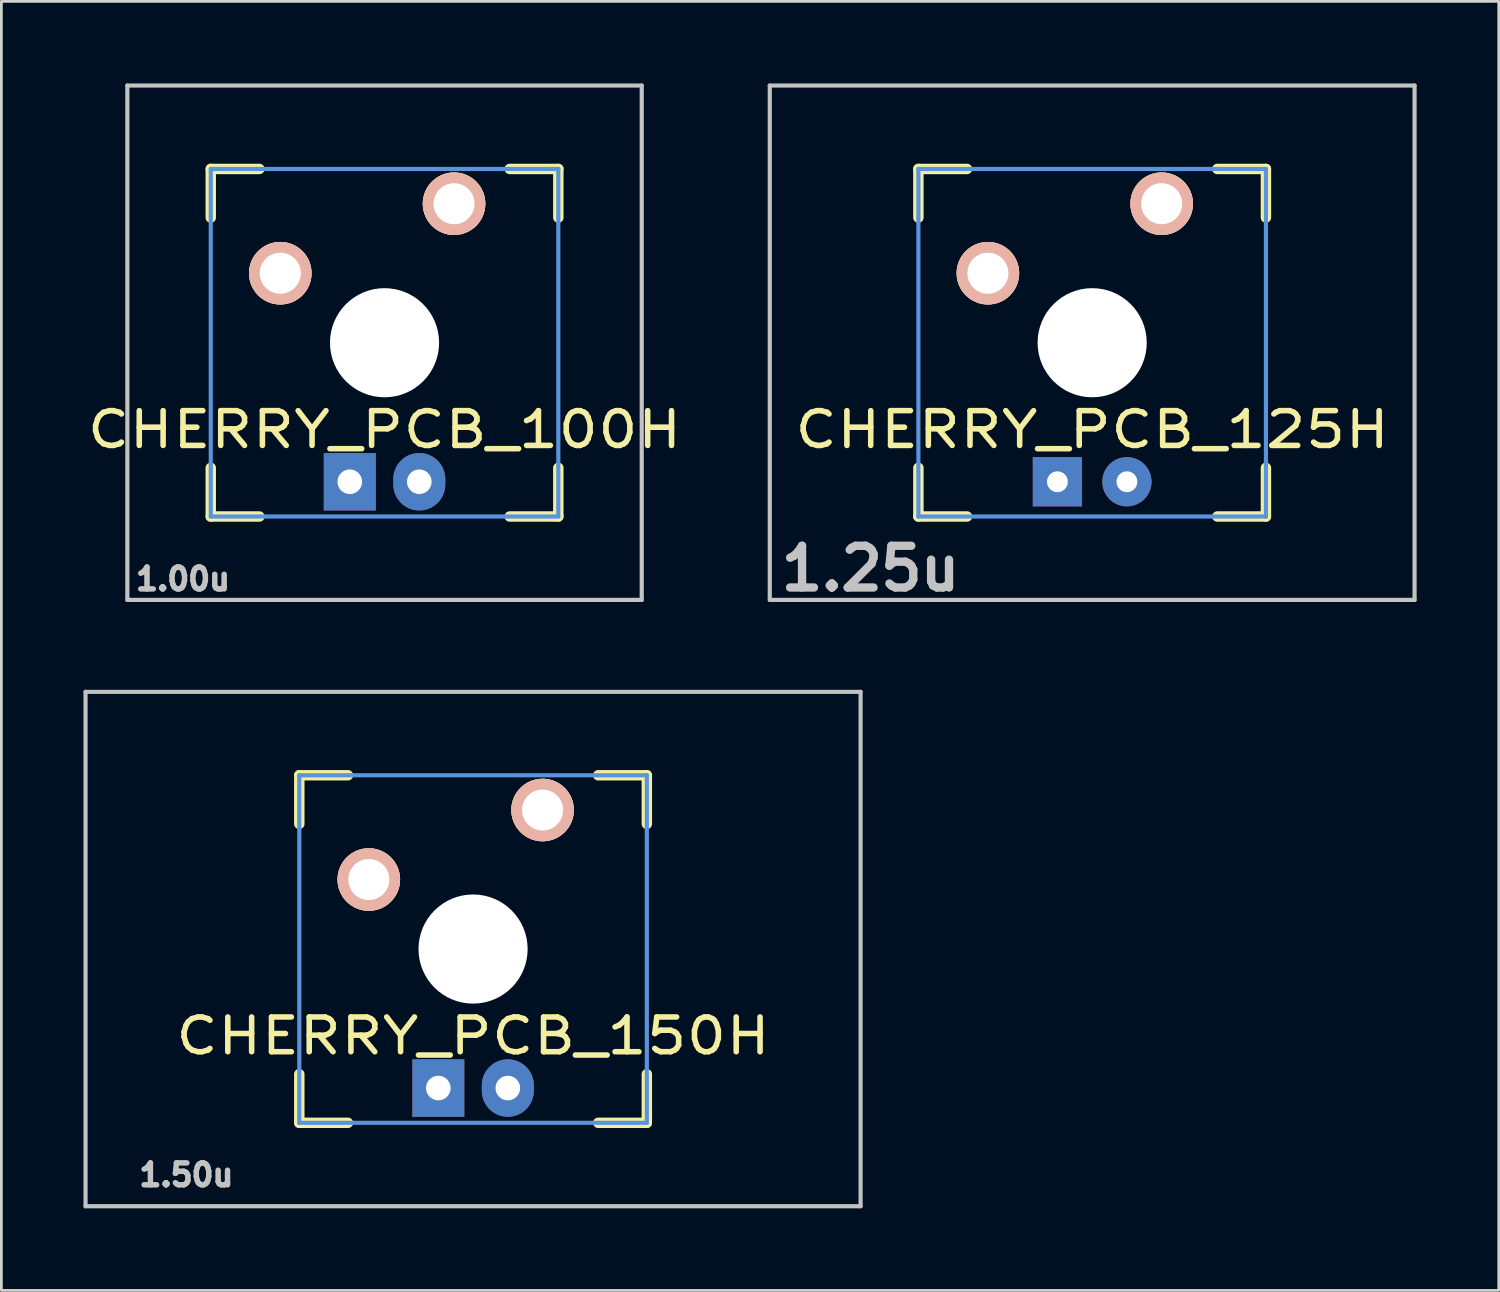
<source format=kicad_pcb>
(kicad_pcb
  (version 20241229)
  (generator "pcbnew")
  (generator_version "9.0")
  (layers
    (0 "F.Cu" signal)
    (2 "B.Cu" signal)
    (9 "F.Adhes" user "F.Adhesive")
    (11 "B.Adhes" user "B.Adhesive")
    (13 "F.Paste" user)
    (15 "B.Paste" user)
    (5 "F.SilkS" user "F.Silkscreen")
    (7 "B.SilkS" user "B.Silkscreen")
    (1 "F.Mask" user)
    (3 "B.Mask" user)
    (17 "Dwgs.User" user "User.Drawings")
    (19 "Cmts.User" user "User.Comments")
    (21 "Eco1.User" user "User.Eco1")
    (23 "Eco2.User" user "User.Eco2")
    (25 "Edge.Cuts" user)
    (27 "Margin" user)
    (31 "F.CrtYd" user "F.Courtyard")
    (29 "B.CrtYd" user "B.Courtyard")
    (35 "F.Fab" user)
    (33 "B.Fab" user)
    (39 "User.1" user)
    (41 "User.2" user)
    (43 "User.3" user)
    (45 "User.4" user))
  (footprint "CHERRY_PCB_150H"
    (layer "F.Cu")
    (at 14.237 31.63)
    (property "Reference" "CHERRY_PCB_150H" (at 0 3.175 0) (layer "F.SilkS") (effects (font (size 1.27 1.524) (thickness 0.203))))
    (attr through_hole)
    (fp_line (start -6.35 -6.35) (end -4.572 -6.35) (stroke (width 0.381) (type solid)) (layer "F.SilkS"))
    (fp_line (start -6.35 -4.572) (end -6.35 -6.35) (stroke (width 0.381) (type solid)) (layer "F.SilkS"))
    (fp_line (start -6.35 6.35) (end -6.35 4.572) (stroke (width 0.381) (type solid)) (layer "F.SilkS"))
    (fp_line (start -4.572 6.35) (end -6.35 6.35) (stroke (width 0.381) (type solid)) (layer "F.SilkS"))
    (fp_line (start 4.572 -6.35) (end 6.35 -6.35) (stroke (width 0.381) (type solid)) (layer "F.SilkS"))
    (fp_line (start 6.35 -6.35) (end 6.35 -4.572) (stroke (width 0.381) (type solid)) (layer "F.SilkS"))
    (fp_line (start 6.35 4.572) (end 6.35 6.35) (stroke (width 0.381) (type solid)) (layer "F.SilkS"))
    (fp_line (start 6.35 6.35) (end 4.572 6.35) (stroke (width 0.381) (type solid)) (layer "F.SilkS"))
    (fp_line (start -14.161 -9.398) (end 14.161 -9.398) (stroke (width 0.152) (type solid)) (layer "Dwgs.User"))
    (fp_line (start -14.161 9.398) (end -14.161 -9.398) (stroke (width 0.152) (type solid)) (layer "Dwgs.User"))
    (fp_line (start 14.161 -9.398) (end 14.161 9.398) (stroke (width 0.152) (type solid)) (layer "Dwgs.User"))
    (fp_line (start 14.161 9.398) (end -14.161 9.398) (stroke (width 0.152) (type solid)) (layer "Dwgs.User"))
    (fp_line (start -6.35 -6.35) (end 6.35 -6.35) (stroke (width 0.152) (type solid)) (layer "Cmts.User"))
    (fp_line (start -6.35 6.35) (end -6.35 -6.35) (stroke (width 0.152) (type solid)) (layer "Cmts.User"))
    (fp_line (start 6.35 -6.35) (end 6.35 6.35) (stroke (width 0.152) (type solid)) (layer "Cmts.User"))
    (fp_line (start 6.35 6.35) (end -6.35 6.35) (stroke (width 0.152) (type solid)) (layer "Cmts.User"))
    (fp_line (start -6.985 -6.985) (end 6.985 -6.985) (stroke (width 0.152) (type solid)) (layer "Eco2.User"))
    (fp_line (start -6.985 6.985) (end -6.985 -6.985) (stroke (width 0.152) (type solid)) (layer "Eco2.User"))
    (fp_line (start 6.985 -6.985) (end 6.985 6.985) (stroke (width 0.152) (type solid)) (layer "Eco2.User"))
    (fp_line (start 6.985 6.985) (end -6.985 6.985) (stroke (width 0.152) (type solid)) (layer "Eco2.User"))
    (fp_text user "1.50u" (at -10.477 8.255 0) (layer "Dwgs.User") (effects (font (size 0.8 0.8) (thickness 0.2))))
    (pad "" np_thru_hole circle (at 0 0) (size 3.988 3.988) (drill 3.988) (layers "*.Cu"))
    (pad "1" thru_hole circle (at 2.54 -5.08) (size 2.286 2.286) (drill 1.499) (layers "*.Cu" "*.SilkS" "*.Mask"))
    (pad "2" thru_hole circle (at -3.81 -2.54) (size 2.286 2.286) (drill 1.499) (layers "*.Cu" "*.SilkS" "*.Mask"))
    (pad "3" thru_hole oval (at 1.27 5.08) (size 1.9 2.1) (drill 0.9) (layers "*.Cu" "*.Mask"))
    (pad "4" thru_hole rect (at -1.27 5.08) (size 1.9 2.1) (drill 0.9) (layers "*.Cu" "*.Mask")))
  (footprint "CHERRY_PCB_100H"
    (layer "F.Cu")
    (at 11.002 9.474)
    (property "Reference" "CHERRY_PCB_100H" (at 0 3.175 0) (layer "F.SilkS") (effects (font (size 1.27 1.524) (thickness 0.203))))
    (attr through_hole)
    (fp_line (start -6.35 -6.35) (end -4.572 -6.35) (stroke (width 0.381) (type solid)) (layer "F.SilkS"))
    (fp_line (start -6.35 -4.572) (end -6.35 -6.35) (stroke (width 0.381) (type solid)) (layer "F.SilkS"))
    (fp_line (start -6.35 6.35) (end -6.35 4.572) (stroke (width 0.381) (type solid)) (layer "F.SilkS"))
    (fp_line (start -4.572 6.35) (end -6.35 6.35) (stroke (width 0.381) (type solid)) (layer "F.SilkS"))
    (fp_line (start 4.572 -6.35) (end 6.35 -6.35) (stroke (width 0.381) (type solid)) (layer "F.SilkS"))
    (fp_line (start 6.35 -6.35) (end 6.35 -4.572) (stroke (width 0.381) (type solid)) (layer "F.SilkS"))
    (fp_line (start 6.35 4.572) (end 6.35 6.35) (stroke (width 0.381) (type solid)) (layer "F.SilkS"))
    (fp_line (start 6.35 6.35) (end 4.572 6.35) (stroke (width 0.381) (type solid)) (layer "F.SilkS"))
    (fp_line (start -9.398 -9.398) (end 9.398 -9.398) (stroke (width 0.152) (type solid)) (layer "Dwgs.User"))
    (fp_line (start -9.398 9.398) (end -9.398 -9.398) (stroke (width 0.152) (type solid)) (layer "Dwgs.User"))
    (fp_line (start 9.398 -9.398) (end 9.398 9.398) (stroke (width 0.152) (type solid)) (layer "Dwgs.User"))
    (fp_line (start 9.398 9.398) (end -9.398 9.398) (stroke (width 0.152) (type solid)) (layer "Dwgs.User"))
    (fp_line (start -6.35 -6.35) (end 6.35 -6.35) (stroke (width 0.152) (type solid)) (layer "Cmts.User"))
    (fp_line (start -6.35 6.35) (end -6.35 -6.35) (stroke (width 0.152) (type solid)) (layer "Cmts.User"))
    (fp_line (start 6.35 -6.35) (end 6.35 6.35) (stroke (width 0.152) (type solid)) (layer "Cmts.User"))
    (fp_line (start 6.35 6.35) (end -6.35 6.35) (stroke (width 0.152) (type solid)) (layer "Cmts.User"))
    (fp_line (start -6.985 -6.985) (end 6.985 -6.985) (stroke (width 0.152) (type solid)) (layer "Eco2.User"))
    (fp_line (start -6.985 6.985) (end -6.985 -6.985) (stroke (width 0.152) (type solid)) (layer "Eco2.User"))
    (fp_line (start 6.985 -6.985) (end 6.985 6.985) (stroke (width 0.152) (type solid)) (layer "Eco2.User"))
    (fp_line (start 6.985 6.985) (end -6.985 6.985) (stroke (width 0.152) (type solid)) (layer "Eco2.User"))
    (fp_text user "1.00u" (at -7.366 8.636 0) (layer "Dwgs.User") (effects (font (size 0.8 0.8) (thickness 0.2))))
    (pad "" np_thru_hole circle (at 0 0) (size 3.988 3.988) (drill 3.988) (layers "*.Cu"))
    (pad "1" thru_hole circle (at 2.54 -5.08) (size 2.286 2.286) (drill 1.499) (layers "*.Cu" "*.SilkS" "*.Mask"))
    (pad "2" thru_hole circle (at -3.81 -2.54) (size 2.286 2.286) (drill 1.499) (layers "*.Cu" "*.SilkS" "*.Mask"))
    (pad "3" thru_hole oval (at 1.27 5.08) (size 1.9 2.1) (drill 0.9) (layers "*.Cu" "*.Mask"))
    (pad "4" thru_hole rect (at -1.27 5.08) (size 1.9 2.1) (drill 0.9) (layers "*.Cu" "*.Mask")))
  (footprint "CHERRY_PCB_125H"
    (layer "F.Cu")
    (at 36.86 9.474)
    (property "Reference" "CHERRY_PCB_125H" (at 0 3.175 0) (layer "F.SilkS") (effects (font (size 1.27 1.524) (thickness 0.203))))
    (attr through_hole)
    (fp_line (start -6.35 -6.35) (end -4.572 -6.35) (stroke (width 0.381) (type solid)) (layer "F.SilkS"))
    (fp_line (start -6.35 -4.572) (end -6.35 -6.35) (stroke (width 0.381) (type solid)) (layer "F.SilkS"))
    (fp_line (start -6.35 6.35) (end -6.35 4.572) (stroke (width 0.381) (type solid)) (layer "F.SilkS"))
    (fp_line (start -4.572 6.35) (end -6.35 6.35) (stroke (width 0.381) (type solid)) (layer "F.SilkS"))
    (fp_line (start 4.572 -6.35) (end 6.35 -6.35) (stroke (width 0.381) (type solid)) (layer "F.SilkS"))
    (fp_line (start 6.35 -6.35) (end 6.35 -4.572) (stroke (width 0.381) (type solid)) (layer "F.SilkS"))
    (fp_line (start 6.35 4.572) (end 6.35 6.35) (stroke (width 0.381) (type solid)) (layer "F.SilkS"))
    (fp_line (start 6.35 6.35) (end 4.572 6.35) (stroke (width 0.381) (type solid)) (layer "F.SilkS"))
    (fp_line (start -11.781 -9.398) (end 11.781 -9.398) (stroke (width 0.152) (type solid)) (layer "Dwgs.User"))
    (fp_line (start -11.781 9.398) (end -11.781 -9.398) (stroke (width 0.152) (type solid)) (layer "Dwgs.User"))
    (fp_line (start 11.781 -9.398) (end 11.781 9.398) (stroke (width 0.152) (type solid)) (layer "Dwgs.User"))
    (fp_line (start 11.781 9.398) (end -11.781 9.398) (stroke (width 0.152) (type solid)) (layer "Dwgs.User"))
    (fp_line (start -6.35 -6.35) (end 6.35 -6.35) (stroke (width 0.152) (type solid)) (layer "Cmts.User"))
    (fp_line (start -6.35 6.35) (end -6.35 -6.35) (stroke (width 0.152) (type solid)) (layer "Cmts.User"))
    (fp_line (start 6.35 -6.35) (end 6.35 6.35) (stroke (width 0.152) (type solid)) (layer "Cmts.User"))
    (fp_line (start 6.35 6.35) (end -6.35 6.35) (stroke (width 0.152) (type solid)) (layer "Cmts.User"))
    (fp_line (start -6.985 -6.985) (end 6.985 -6.985) (stroke (width 0.152) (type solid)) (layer "Eco2.User"))
    (fp_line (start -6.985 6.985) (end -6.985 -6.985) (stroke (width 0.152) (type solid)) (layer "Eco2.User"))
    (fp_line (start 6.985 -6.985) (end 6.985 6.985) (stroke (width 0.152) (type solid)) (layer "Eco2.User"))
    (fp_line (start 6.985 6.985) (end -6.985 6.985) (stroke (width 0.152) (type solid)) (layer "Eco2.User"))
    (fp_text user "1.25u" (at -8.098 8.255 0) (layer "Dwgs.User") (effects (font (size 1.524 1.524) (thickness 0.305))))
    (pad "" np_thru_hole circle (at 0 0) (size 3.988 3.988) (drill 3.988) (layers "*.Cu"))
    (pad "1" thru_hole circle (at 2.54 -5.08) (size 2.286 2.286) (drill 1.499) (layers "*.Cu" "*.SilkS" "*.Mask"))
    (pad "2" thru_hole circle (at -3.81 -2.54) (size 2.286 2.286) (drill 1.499) (layers "*.Cu" "*.SilkS" "*.Mask"))
    (pad "3" thru_hole circle (at 1.27 5.08) (size 1.8 1.8) (drill 0.762) (layers "*.Cu" "*.Mask"))
    (pad "4" thru_hole rect (at -1.27 5.08) (size 1.8 1.8) (drill 0.762) (layers "*.Cu" "*.Mask")))
  (gr_rect
    (start -3 -3)
    (end 51.717 44.104)
    (stroke (width 0.1) (type default))
    (fill no)
    (layer "Edge.Cuts")))
</source>
